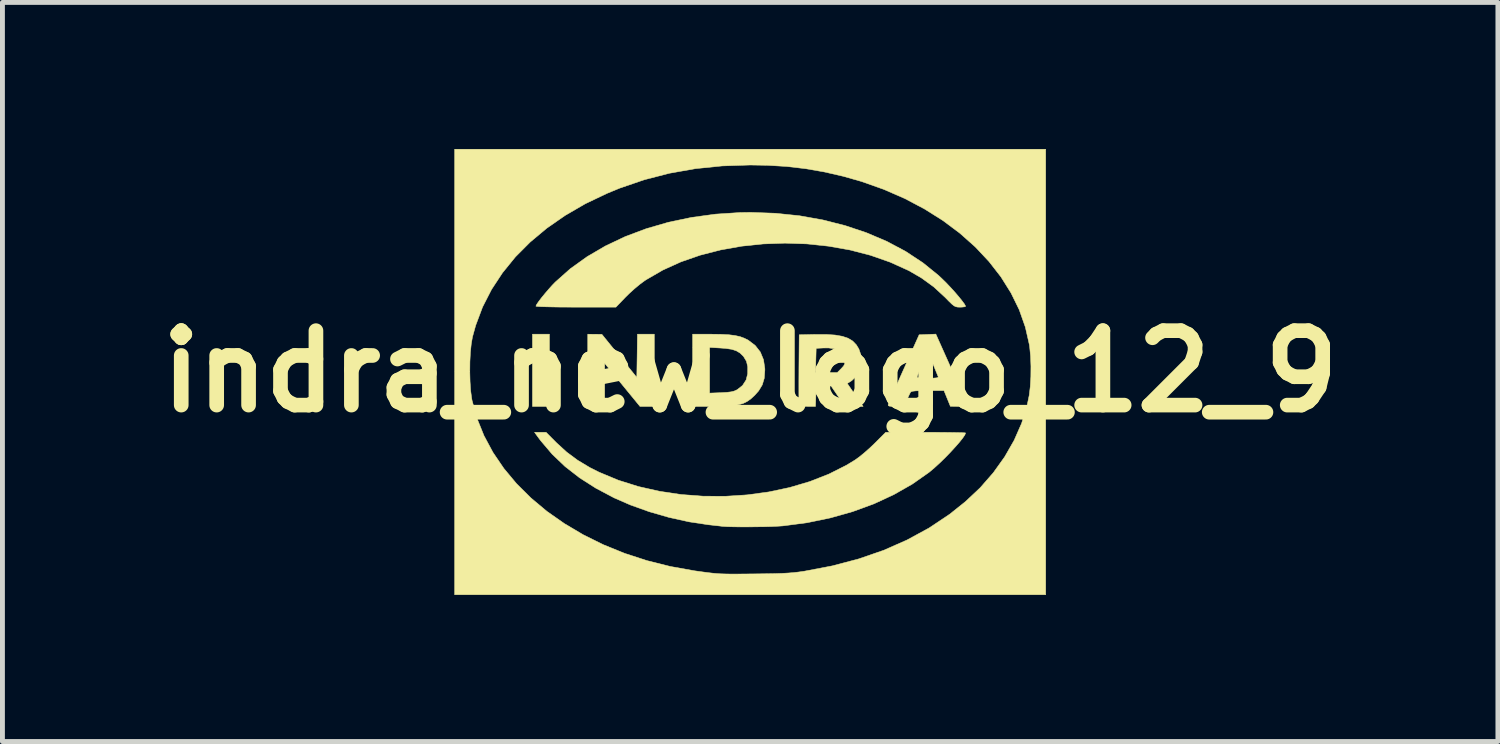
<source format=kicad_pcb>
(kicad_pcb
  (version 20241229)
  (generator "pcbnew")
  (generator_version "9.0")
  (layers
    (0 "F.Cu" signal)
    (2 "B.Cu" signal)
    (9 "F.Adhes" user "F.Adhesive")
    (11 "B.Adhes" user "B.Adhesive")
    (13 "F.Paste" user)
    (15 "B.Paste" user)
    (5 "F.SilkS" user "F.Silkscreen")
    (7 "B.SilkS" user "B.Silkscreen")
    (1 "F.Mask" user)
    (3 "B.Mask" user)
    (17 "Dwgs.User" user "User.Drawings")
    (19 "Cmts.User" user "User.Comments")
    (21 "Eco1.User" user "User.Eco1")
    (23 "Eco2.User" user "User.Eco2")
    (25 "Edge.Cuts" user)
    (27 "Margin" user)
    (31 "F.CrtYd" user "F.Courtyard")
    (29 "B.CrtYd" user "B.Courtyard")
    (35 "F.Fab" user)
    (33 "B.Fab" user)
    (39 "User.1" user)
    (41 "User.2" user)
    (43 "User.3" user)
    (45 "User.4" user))
  (footprint "indra_new_logo_12_9"
    (layer "F.Cu")
    (at 12.308 4.554)
    (property "Reference" "indra_new_logo_12_9" (at 0 0 0) (layer "F.SilkS") (effects (font (size 1.524 1.524) (thickness 0.3))))
    (attr through_hole)
    (fp_poly (pts (xy -4.11 0.716) (xy -4.457 0.716) (xy -4.457 -0.762) (xy -4.11 -0.762) (xy -4.11 0.716)) (stroke (width 0.01) (type solid)) (fill yes) (layer "F.SilkS"))
    (fp_poly (pts (xy -1.963 0.716) (xy -2.256 0.716) (xy -2.979 -0.166) (xy -2.979 0.716) (xy -3.325 0.716) (xy -3.325 -0.762) (xy -3.181 -0.761) (xy -3.036 -0.759) (xy -2.679 -0.318) (xy -2.321 0.123) (xy -2.314 -0.319) (xy -2.308 -0.762) (xy -1.963 -0.762) (xy -1.963 0.716)) (stroke (width 0.01) (type solid)) (fill yes) (layer "F.SilkS"))
    (fp_poly (pts (xy -0.791 -0.762) (xy -0.595 -0.759) (xy -0.438 -0.751) (xy -0.311 -0.735) (xy -0.206 -0.712) (xy -0.116 -0.678) (xy -0.039 -0.639) (xy 0.103 -0.531) (xy 0.208 -0.397) (xy 0.273 -0.239) (xy 0.3 -0.056) (xy 0.3 -0.023) (xy 0.288 0.14) (xy 0.247 0.276) (xy 0.173 0.398) (xy 0.092 0.489) (xy 0.016 0.559) (xy -0.061 0.614) (xy -0.144 0.655) (xy -0.242 0.683) (xy -0.361 0.702) (xy -0.509 0.712) (xy -0.694 0.716) (xy -0.764 0.716) (xy -1.178 0.716) (xy -1.178 0.444) (xy -0.831 0.444) (xy -0.595 0.435) (xy -0.476 0.428) (xy -0.391 0.418) (xy -0.327 0.402) (xy -0.272 0.377) (xy -0.265 0.373) (xy -0.156 0.287) (xy -0.083 0.174) (xy -0.051 0.047) (xy -0.05 -0.094) (xy -0.076 -0.207) (xy -0.134 -0.303) (xy -0.145 -0.316) (xy -0.211 -0.379) (xy -0.285 -0.423) (xy -0.378 -0.453) (xy -0.5 -0.471) (xy -0.606 -0.479) (xy -0.831 -0.492) (xy -0.831 0.444) (xy -1.178 0.444) (xy -1.178 -0.762) (xy -0.791 -0.762)) (stroke (width 0.01) (type solid)) (fill yes) (layer "F.SilkS"))
    (fp_poly (pts (xy 1.553 -0.757) (xy 1.738 -0.745) (xy 1.887 -0.719) (xy 2.007 -0.678) (xy 2.1 -0.621) (xy 2.173 -0.545) (xy 2.225 -0.46) (xy 2.274 -0.316) (xy 2.282 -0.171) (xy 2.251 -0.034) (xy 2.183 0.089) (xy 2.08 0.188) (xy 2.051 0.207) (xy 1.987 0.246) (xy 2.149 0.481) (xy 2.312 0.716) (xy 1.942 0.716) (xy 1.799 0.507) (xy 1.656 0.298) (xy 1.503 0.305) (xy 1.351 0.312) (xy 1.344 0.514) (xy 1.337 0.716) (xy 1.176 0.716) (xy 1.074 0.712) (xy 1.017 0.699) (xy 1.003 0.687) (xy 1.001 0.657) (xy 0.999 0.587) (xy 0.997 0.483) (xy 0.997 0.35) (xy 0.997 0.195) (xy 0.998 0.023) (xy 0.998 0.023) (xy 1.338 0.023) (xy 1.783 0.023) (xy 1.864 -0.058) (xy 1.913 -0.112) (xy 1.935 -0.155) (xy 1.937 -0.211) (xy 1.933 -0.248) (xy 1.904 -0.345) (xy 1.841 -0.416) (xy 1.742 -0.461) (xy 1.606 -0.481) (xy 1.494 -0.48) (xy 1.351 -0.473) (xy 1.344 -0.225) (xy 1.338 0.023) (xy 0.998 0.023) (xy 0.998 -0.046) (xy 1.004 -0.75) (xy 1.328 -0.757) (xy 1.553 -0.757)) (stroke (width 0.01) (type solid)) (fill yes) (layer "F.SilkS"))
    (fp_poly (pts (xy 4.123 -0.044) (xy 4.199 0.127) (xy 4.269 0.284) (xy 4.331 0.423) (xy 4.383 0.539) (xy 4.422 0.626) (xy 4.446 0.68) (xy 4.453 0.696) (xy 4.435 0.705) (xy 4.382 0.712) (xy 4.304 0.715) (xy 4.28 0.716) (xy 4.099 0.715) (xy 3.968 0.393) (xy 3.638 0.393) (xy 3.492 0.394) (xy 3.388 0.398) (xy 3.322 0.406) (xy 3.289 0.418) (xy 3.286 0.421) (xy 3.266 0.457) (xy 3.236 0.521) (xy 3.211 0.583) (xy 3.158 0.716) (xy 2.986 0.716) (xy 2.898 0.715) (xy 2.848 0.71) (xy 2.827 0.7) (xy 2.825 0.681) (xy 2.828 0.673) (xy 2.84 0.642) (xy 2.869 0.574) (xy 2.913 0.475) (xy 2.968 0.35) (xy 3.032 0.204) (xy 3.069 0.121) (xy 3.417 0.121) (xy 3.438 0.129) (xy 3.496 0.134) (xy 3.58 0.138) (xy 3.639 0.139) (xy 3.746 0.137) (xy 3.813 0.132) (xy 3.845 0.123) (xy 3.85 0.11) (xy 3.8 -0.012) (xy 3.752 -0.129) (xy 3.707 -0.233) (xy 3.669 -0.316) (xy 3.641 -0.372) (xy 3.628 -0.392) (xy 3.628 -0.392) (xy 3.615 -0.372) (xy 3.59 -0.32) (xy 3.557 -0.244) (xy 3.52 -0.156) (xy 3.483 -0.065) (xy 3.451 0.017) (xy 3.427 0.082) (xy 3.417 0.118) (xy 3.417 0.121) (xy 3.069 0.121) (xy 3.104 0.042) (xy 3.15 -0.06) (xy 3.459 -0.75) (xy 3.63 -0.757) (xy 3.801 -0.764) (xy 4.123 -0.044)) (stroke (width 0.01) (type solid)) (fill yes) (layer "F.SilkS"))
    (fp_poly (pts (xy 0.516 -3.238) (xy 1.009 -3.187) (xy 1.486 -3.102) (xy 1.946 -2.985) (xy 2.384 -2.838) (xy 2.798 -2.662) (xy 3.183 -2.457) (xy 3.536 -2.224) (xy 3.855 -1.966) (xy 3.923 -1.902) (xy 4.01 -1.817) (xy 4.1 -1.722) (xy 4.189 -1.624) (xy 4.27 -1.529) (xy 4.337 -1.446) (xy 4.386 -1.38) (xy 4.409 -1.338) (xy 4.41 -1.332) (xy 4.39 -1.323) (xy 4.337 -1.317) (xy 4.298 -1.316) (xy 4.249 -1.317) (xy 4.21 -1.325) (xy 4.173 -1.343) (xy 4.128 -1.379) (xy 4.067 -1.438) (xy 3.992 -1.515) (xy 3.758 -1.731) (xy 3.506 -1.914) (xy 3.245 -2.065) (xy 2.865 -2.237) (xy 2.462 -2.378) (xy 2.041 -2.487) (xy 1.605 -2.564) (xy 1.161 -2.611) (xy 0.713 -2.626) (xy 0.265 -2.61) (xy -0.176 -2.564) (xy -0.607 -2.487) (xy -1.023 -2.38) (xy -1.418 -2.243) (xy -1.787 -2.076) (xy -2.127 -1.879) (xy -2.161 -1.857) (xy -2.258 -1.785) (xy -2.37 -1.692) (xy -2.481 -1.591) (xy -2.551 -1.522) (xy -2.749 -1.316) (xy -3.568 -1.316) (xy -3.758 -1.317) (xy -3.931 -1.318) (xy -4.085 -1.321) (xy -4.212 -1.324) (xy -4.308 -1.327) (xy -4.368 -1.332) (xy -4.387 -1.336) (xy -4.373 -1.368) (xy -4.333 -1.427) (xy -4.275 -1.504) (xy -4.204 -1.591) (xy -4.127 -1.681) (xy -4.051 -1.766) (xy -3.992 -1.827) (xy -3.684 -2.101) (xy -3.34 -2.348) (xy -2.964 -2.568) (xy -2.559 -2.76) (xy -2.128 -2.922) (xy -1.673 -3.054) (xy -1.2 -3.153) (xy -0.709 -3.22) (xy -0.206 -3.253) (xy 0.012 -3.256) (xy 0.516 -3.238)) (stroke (width 0.01) (type solid)) (fill yes) (layer "F.SilkS"))
    (fp_poly (pts (xy -3.965 1.461) (xy -3.756 1.652) (xy -3.531 1.819) (xy -3.279 1.97) (xy -3.091 2.064) (xy -2.7 2.227) (xy -2.286 2.357) (xy -1.856 2.454) (xy -1.413 2.52) (xy -0.963 2.554) (xy -0.51 2.556) (xy -0.061 2.527) (xy 0.381 2.467) (xy 0.81 2.376) (xy 1.222 2.254) (xy 1.61 2.102) (xy 1.971 1.92) (xy 2.147 1.813) (xy 2.232 1.752) (xy 2.335 1.668) (xy 2.444 1.572) (xy 2.546 1.475) (xy 2.547 1.474) (xy 2.774 1.247) (xy 3.592 1.247) (xy 3.781 1.247) (xy 3.955 1.248) (xy 4.108 1.25) (xy 4.235 1.252) (xy 4.332 1.254) (xy 4.392 1.257) (xy 4.41 1.26) (xy 4.394 1.301) (xy 4.349 1.367) (xy 4.281 1.452) (xy 4.194 1.551) (xy 4.095 1.659) (xy 3.988 1.769) (xy 3.879 1.875) (xy 3.773 1.972) (xy 3.676 2.054) (xy 3.66 2.067) (xy 3.318 2.307) (xy 2.94 2.522) (xy 2.532 2.711) (xy 2.097 2.87) (xy 1.64 2.999) (xy 1.166 3.097) (xy 0.679 3.161) (xy 0.658 3.163) (xy 0.564 3.169) (xy 0.438 3.175) (xy 0.289 3.179) (xy 0.128 3.181) (xy -0.038 3.183) (xy -0.197 3.183) (xy -0.341 3.181) (xy -0.461 3.178) (xy -0.547 3.173) (xy -0.566 3.172) (xy -0.619 3.165) (xy -0.704 3.156) (xy -0.806 3.144) (xy -0.854 3.139) (xy -1.251 3.079) (xy -1.659 2.989) (xy -2.063 2.873) (xy -2.451 2.734) (xy -2.784 2.589) (xy -3.158 2.391) (xy -3.492 2.178) (xy -3.789 1.947) (xy -4.054 1.694) (xy -4.29 1.416) (xy -4.343 1.345) (xy -4.414 1.247) (xy -4.178 1.247) (xy -3.965 1.461)) (stroke (width 0.01) (type solid)) (fill yes) (layer "F.SilkS"))
    (fp_poly (pts (xy 6.05 4.572) (xy -6.05 4.572) (xy -6.05 0.006) (xy -5.74 0.006) (xy -5.735 0.206) (xy -5.723 0.391) (xy -5.702 0.549) (xy -5.695 0.589) (xy -5.594 0.958) (xy -5.45 1.315) (xy -5.266 1.658) (xy -5.043 1.986) (xy -4.783 2.298) (xy -4.488 2.591) (xy -4.162 2.864) (xy -3.804 3.115) (xy -3.419 3.343) (xy -3.007 3.547) (xy -2.571 3.724) (xy -2.113 3.873) (xy -1.634 3.993) (xy -1.138 4.082) (xy -1.108 4.086) (xy -0.979 4.104) (xy -0.872 4.118) (xy -0.78 4.129) (xy -0.695 4.137) (xy -0.61 4.143) (xy -0.517 4.146) (xy -0.409 4.148) (xy -0.277 4.148) (xy -0.116 4.147) (xy 0.084 4.145) (xy 0.104 4.145) (xy 0.323 4.142) (xy 0.503 4.139) (xy 0.653 4.134) (xy 0.78 4.127) (xy 0.892 4.118) (xy 0.996 4.106) (xy 1.101 4.091) (xy 1.108 4.09) (xy 1.68 3.981) (xy 2.222 3.838) (xy 2.734 3.661) (xy 3.214 3.449) (xy 3.664 3.204) (xy 4.083 2.924) (xy 4.405 2.667) (xy 4.709 2.381) (xy 4.978 2.073) (xy 5.21 1.749) (xy 5.404 1.41) (xy 5.557 1.062) (xy 5.667 0.707) (xy 5.713 0.487) (xy 5.734 0.311) (xy 5.746 0.108) (xy 5.748 -0.106) (xy 5.74 -0.314) (xy 5.722 -0.5) (xy 5.716 -0.544) (xy 5.633 -0.908) (xy 5.508 -1.263) (xy 5.34 -1.606) (xy 5.133 -1.936) (xy 4.888 -2.251) (xy 4.608 -2.549) (xy 4.293 -2.829) (xy 3.947 -3.088) (xy 3.57 -3.325) (xy 3.166 -3.539) (xy 2.735 -3.727) (xy 2.281 -3.888) (xy 1.905 -3.995) (xy 1.513 -4.085) (xy 1.132 -4.151) (xy 0.749 -4.196) (xy 0.348 -4.22) (xy 0 -4.226) (xy -0.574 -4.207) (xy -1.124 -4.151) (xy -1.654 -4.057) (xy -2.169 -3.924) (xy -2.671 -3.752) (xy -2.933 -3.644) (xy -3.377 -3.432) (xy -3.787 -3.194) (xy -4.163 -2.933) (xy -4.503 -2.649) (xy -4.806 -2.345) (xy -5.07 -2.02) (xy -5.295 -1.678) (xy -5.479 -1.318) (xy -5.62 -0.942) (xy -5.686 -0.704) (xy -5.71 -0.565) (xy -5.728 -0.392) (xy -5.738 -0.197) (xy -5.74 0.006) (xy -6.05 0.006) (xy -6.05 -4.549) (xy 6.05 -4.549) (xy 6.05 4.572)) (stroke (width 0.01) (type solid)) (fill yes) (layer "F.SilkS")))
  (gr_rect
    (start -3 -3)
    (end 27.616 12.131)
    (stroke (width 0.1) (type default))
    (fill no)
    (layer "Edge.Cuts")))
</source>
